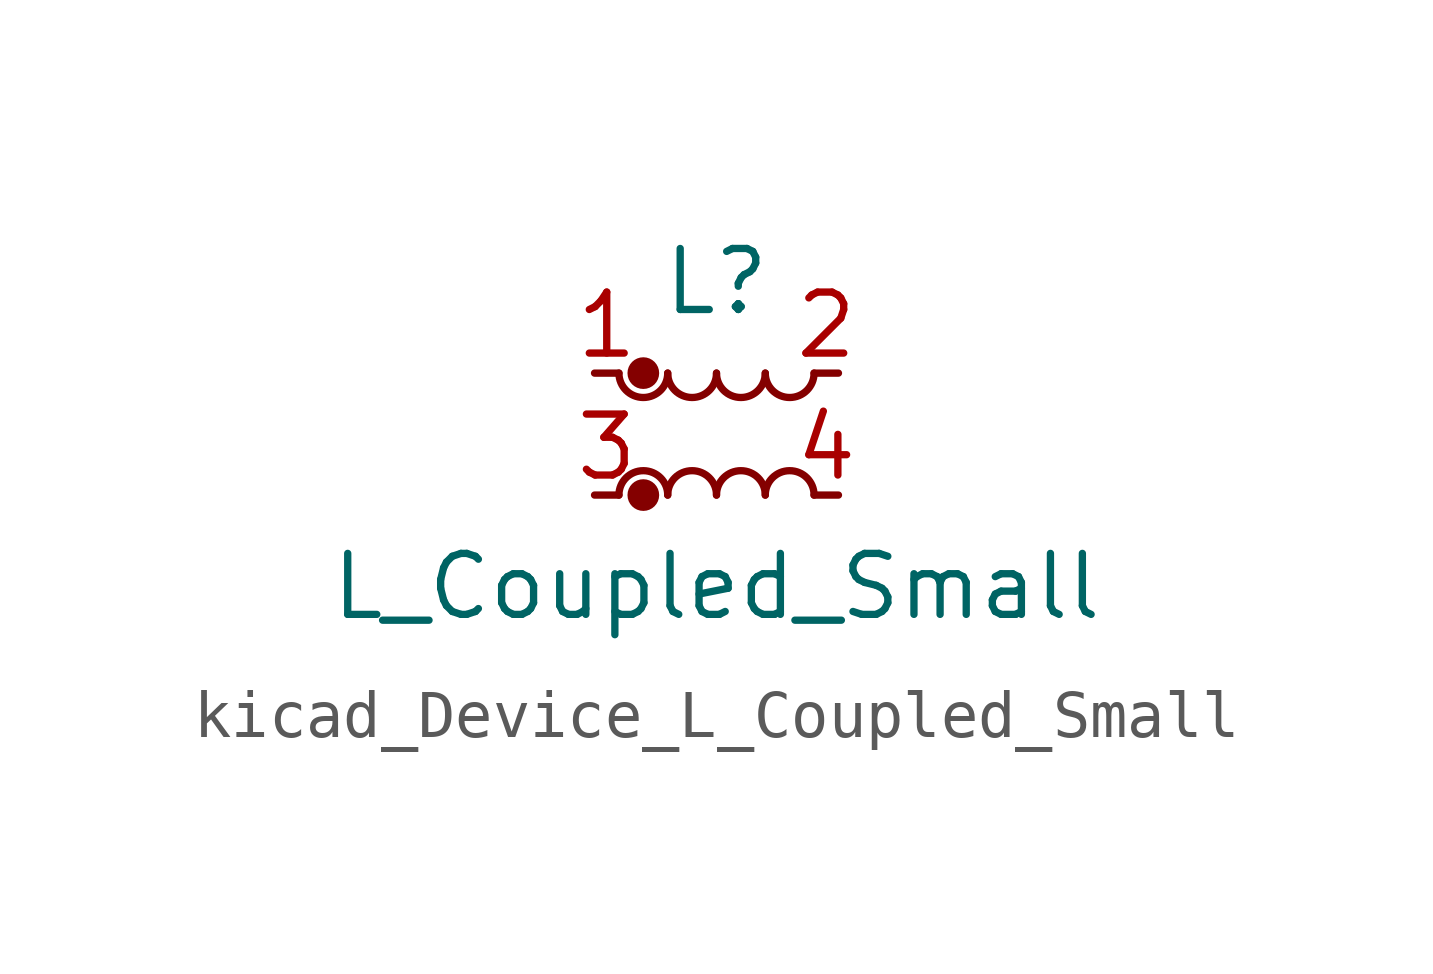
<source format=kicad_sym>
(kicad_symbol_lib
  (version 20220914)
  (generator kicad_symbol_editor)
  (symbol "kicad_Device_L_Coupled_Small"
    (pin_names
      (offset 0.254) hide)
    (property "Reference" "L"
      (at 0 3.175 0)
      (effects (font (size 1.27 1.27))))
    (property "Value" "L_Coupled_Small"
      (at 0 -3.175 0)
      (effects (font (size 1.27 1.27))))
    (symbol "kicad_Device_L_Coupled_Small_0_1"
      (arc (start -2.032 1.27) (mid -1.524 0.7642) (end -1.016 1.27) (stroke (width 0) (type default)) (fill (type none)))
      (circle (center -1.524 -1.27) (radius 0.254) (stroke (width 0) (type default)) (fill (type outline)))
      (circle (center -1.524 1.27) (radius 0.254) (stroke (width 0) (type default)) (fill (type outline)))
      (arc (start -1.016 -1.27) (mid -1.524 -0.7642) (end -2.032 -1.27) (stroke (width 0) (type default)) (fill (type none)))
      (arc (start -1.016 1.27) (mid -0.508 0.7642) (end 0 1.27) (stroke (width 0) (type default)) (fill (type none)))
      (arc (start 0 -1.27) (mid -0.508 -0.7642) (end -1.016 -1.27) (stroke (width 0) (type default)) (fill (type none)))
      (arc (start 0 1.27) (mid 0.508 0.7642) (end 1.016 1.27) (stroke (width 0) (type default)) (fill (type none)))
      (arc (start 1.016 -1.27) (mid 0.508 -0.7642) (end 0 -1.27) (stroke (width 0) (type default)) (fill (type none)))
      (arc (start 1.016 1.27) (mid 1.524 0.7642) (end 2.032 1.27) (stroke (width 0) (type default)) (fill (type none)))
      (arc (start 2.032 -1.27) (mid 1.524 -0.7642) (end 1.016 -1.27) (stroke (width 0) (type default)) (fill (type none))))
    (symbol "kicad_Device_L_Coupled_Small_1_1"
      (pin passive line (at -2.54 1.27 0) (length 0.508) (name "1" (effects (font (size 1.27 1.27)))) (number "1" (effects (font (size 1.27 1.27)))))
      (pin passive line (at 2.54 1.27 180) (length 0.508) (name "2" (effects (font (size 1.27 1.27)))) (number "2" (effects (font (size 1.27 1.27)))))
      (pin passive line (at -2.54 -1.27 0) (length 0.508) (name "3" (effects (font (size 1.27 1.27)))) (number "3" (effects (font (size 1.27 1.27)))))
      (pin passive line (at 2.54 -1.27 180) (length 0.508) (name "4" (effects (font (size 1.27 1.27)))) (number "4" (effects (font (size 1.27 1.27))))))))
</source>
